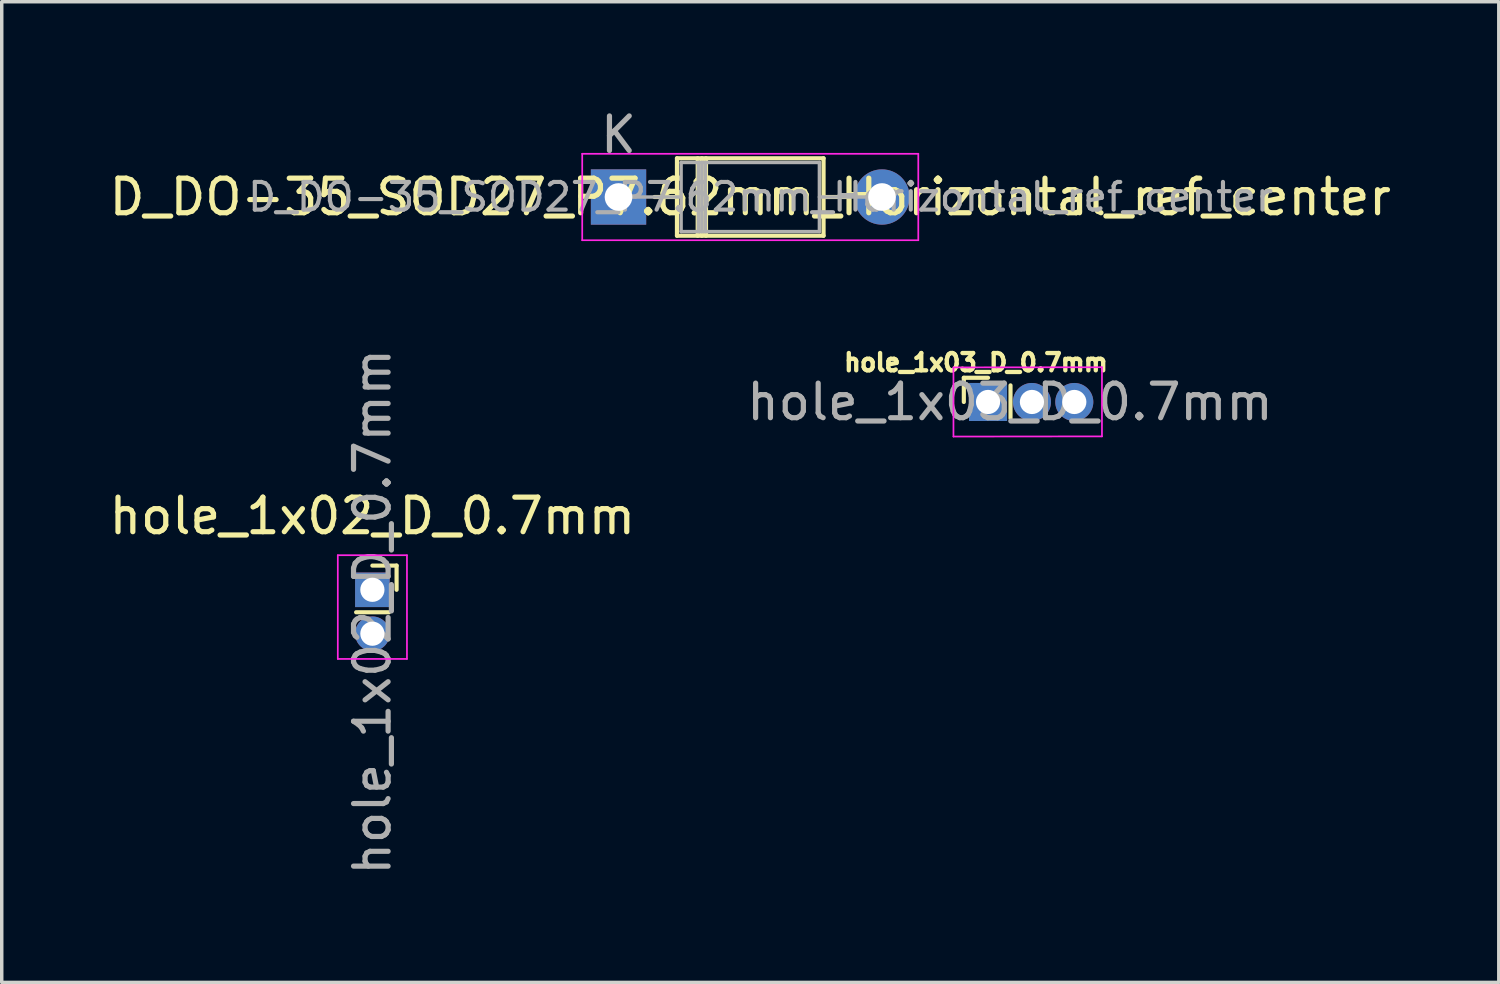
<source format=kicad_pcb>
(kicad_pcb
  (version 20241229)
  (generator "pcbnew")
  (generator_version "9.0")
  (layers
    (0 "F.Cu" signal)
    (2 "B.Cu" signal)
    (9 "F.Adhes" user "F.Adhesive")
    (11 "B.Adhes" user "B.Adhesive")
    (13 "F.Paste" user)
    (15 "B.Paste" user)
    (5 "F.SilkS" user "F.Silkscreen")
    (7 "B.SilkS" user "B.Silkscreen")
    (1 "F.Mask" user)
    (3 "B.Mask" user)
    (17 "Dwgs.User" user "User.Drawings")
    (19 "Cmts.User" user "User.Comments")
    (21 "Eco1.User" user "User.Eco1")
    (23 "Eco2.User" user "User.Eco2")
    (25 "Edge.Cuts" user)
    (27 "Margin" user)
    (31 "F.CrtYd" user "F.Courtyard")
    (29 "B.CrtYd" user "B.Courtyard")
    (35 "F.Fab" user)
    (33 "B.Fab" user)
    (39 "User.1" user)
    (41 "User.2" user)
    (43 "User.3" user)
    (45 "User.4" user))
  (footprint "D_DO-35_SOD27_P7.62mm_Horizontal_ref_center"
    (layer "F.Cu")
    (at 14.839 2.648)
    (property "Reference" "D_DO-35_SOD27_P7.62mm_Horizontal_ref_center" (at 3.81 0 0) (layer "F.SilkS") (effects (font (size 1 1) (thickness 0.15))))
    (attr through_hole)
    (fp_line (start 1.04 0) (end 1.69 0) (stroke (width 0.12) (type solid)) (layer "F.SilkS"))
    (fp_line (start 1.69 -1.12) (end 1.69 1.12) (stroke (width 0.12) (type solid)) (layer "F.SilkS"))
    (fp_line (start 1.69 1.12) (end 5.93 1.12) (stroke (width 0.12) (type solid)) (layer "F.SilkS"))
    (fp_line (start 2.29 -1.12) (end 2.29 1.12) (stroke (width 0.12) (type solid)) (layer "F.SilkS"))
    (fp_line (start 2.41 -1.12) (end 2.41 1.12) (stroke (width 0.12) (type solid)) (layer "F.SilkS"))
    (fp_line (start 2.53 -1.12) (end 2.53 1.12) (stroke (width 0.12) (type solid)) (layer "F.SilkS"))
    (fp_line (start 5.93 -1.12) (end 1.69 -1.12) (stroke (width 0.12) (type solid)) (layer "F.SilkS"))
    (fp_line (start 5.93 1.12) (end 5.93 -1.12) (stroke (width 0.12) (type solid)) (layer "F.SilkS"))
    (fp_line (start 6.58 0) (end 5.93 0) (stroke (width 0.12) (type solid)) (layer "F.SilkS"))
    (fp_line (start -1.05 -1.25) (end -1.05 1.25) (stroke (width 0.05) (type solid)) (layer "F.CrtYd"))
    (fp_line (start -1.05 1.25) (end 8.67 1.25) (stroke (width 0.05) (type solid)) (layer "F.CrtYd"))
    (fp_line (start 8.67 -1.25) (end -1.05 -1.25) (stroke (width 0.05) (type solid)) (layer "F.CrtYd"))
    (fp_line (start 8.67 1.25) (end 8.67 -1.25) (stroke (width 0.05) (type solid)) (layer "F.CrtYd"))
    (fp_line (start 0 0) (end 1.81 0) (stroke (width 0.1) (type solid)) (layer "F.Fab"))
    (fp_line (start 1.81 -1) (end 1.81 1) (stroke (width 0.1) (type solid)) (layer "F.Fab"))
    (fp_line (start 1.81 1) (end 5.81 1) (stroke (width 0.1) (type solid)) (layer "F.Fab"))
    (fp_line (start 2.31 -1) (end 2.31 1) (stroke (width 0.1) (type solid)) (layer "F.Fab"))
    (fp_line (start 2.41 -1) (end 2.41 1) (stroke (width 0.1) (type solid)) (layer "F.Fab"))
    (fp_line (start 2.51 -1) (end 2.51 1) (stroke (width 0.1) (type solid)) (layer "F.Fab"))
    (fp_line (start 5.81 -1) (end 1.81 -1) (stroke (width 0.1) (type solid)) (layer "F.Fab"))
    (fp_line (start 5.81 1) (end 5.81 -1) (stroke (width 0.1) (type solid)) (layer "F.Fab"))
    (fp_line (start 7.62 0) (end 5.81 0) (stroke (width 0.1) (type solid)) (layer "F.Fab"))
    (fp_text user "${REFERENCE}" (at 4.11 0 0) (layer "F.Fab") (effects (font (size 0.8 0.8) (thickness 0.12))))
    (fp_text user "K" (at 0 -1.8 0) (layer "F.Fab") (effects (font (size 1 1) (thickness 0.15))))
    (pad "1" thru_hole rect (at 0 0) (size 1.6 1.6) (drill 0.8) (layers "*.Cu" "*.Mask"))
    (pad "2" thru_hole oval (at 7.62 0) (size 1.6 1.6) (drill 0.8) (layers "*.Cu" "*.Mask")))
  (footprint "hole_1x03_D_0.7mm"
    (layer "F.Cu")
    (at 26.171 7.921)
    (property "Reference" "hole_1x03_D_0.7mm" (at -0.993 -0.486 180) (layer "F.SilkS") (effects (font (size 0.5 0.5) (thickness 0.125))))
    (attr through_hole)
    (fp_line (start -1.345 0.655) (end -1.345 -0.045) (stroke (width 0.12) (type solid)) (layer "F.SilkS"))
    (fp_line (start -0.645 -0.045) (end -1.345 -0.045) (stroke (width 0.12) (type solid)) (layer "F.SilkS"))
    (fp_line (start 0.005 1.125) (end 0.005 0.175) (stroke (width 0.12) (type solid)) (layer "F.SilkS"))
    (fp_line (start -1.645 -0.345) (end 2.65 -0.35) (stroke (width 0.05) (type solid)) (layer "F.CrtYd"))
    (fp_line (start -1.645 1.655) (end -1.645 -0.345) (stroke (width 0.05) (type solid)) (layer "F.CrtYd"))
    (fp_line (start 2.65 -0.35) (end 2.65 1.65) (stroke (width 0.05) (type solid)) (layer "F.CrtYd"))
    (fp_line (start 2.65 1.65) (end -1.645 1.655) (stroke (width 0.05) (type solid)) (layer "F.CrtYd"))
    (fp_text user "${REFERENCE}" (at -0.01 0.655 0) (layer "F.Fab") (effects (font (size 1 1) (thickness 0.15))))
    (pad "1" thru_hole rect (at -0.645 0.655 90) (size 1.1 1.1) (drill 0.7) (layers "*.Cu" "*.Mask"))
    (pad "2" thru_hole oval (at 0.625 0.655 90) (size 1.1 1.1) (drill 0.7) (layers "*.Cu" "*.Mask"))
    (pad "3" thru_hole oval (at 1.85 0.655 90) (size 1.1 1.1) (drill 0.7) (layers "*.Cu" "*.Mask")))
  (footprint "hole_1x02_D_0.7mm"
    (layer "F.Cu")
    (at 7.72 14.008)
    (property "Reference" "hole_1x02_D_0.7mm" (at 0 -2.135 0) (layer "F.SilkS") (effects (font (size 1 1) (thickness 0.15))))
    (attr through_hole)
    (fp_line (start -0.47 0.65) (end 0.48 0.65) (stroke (width 0.12) (type solid)) (layer "F.SilkS"))
    (fp_line (start 0 -0.7) (end 0.7 -0.7) (stroke (width 0.12) (type solid)) (layer "F.SilkS"))
    (fp_line (start 0.7 0) (end 0.7 -0.7) (stroke (width 0.12) (type solid)) (layer "F.SilkS"))
    (fp_line (start -1 -1) (end 1 -1) (stroke (width 0.05) (type solid)) (layer "F.CrtYd"))
    (fp_line (start -1 2) (end -1 -1) (stroke (width 0.05) (type solid)) (layer "F.CrtYd"))
    (fp_line (start 1 -1) (end 1 2) (stroke (width 0.05) (type solid)) (layer "F.CrtYd"))
    (fp_line (start 1 2) (end -1 2) (stroke (width 0.05) (type solid)) (layer "F.CrtYd"))
    (fp_text user "${REFERENCE}" (at 0 0.635 270) (layer "F.Fab") (effects (font (size 1 1) (thickness 0.15))))
    (pad "1" thru_hole rect (at 0 0) (size 1 1) (drill 0.7) (layers "*.Cu" "*.Mask"))
    (pad "2" thru_hole oval (at 0 1.27) (size 1 1) (drill 0.7) (layers "*.Cu" "*.Mask")))
  (gr_rect
    (start -3 -3)
    (end 40.298 25.364)
    (stroke (width 0.1) (type default))
    (fill no)
    (layer "Edge.Cuts")))
</source>
